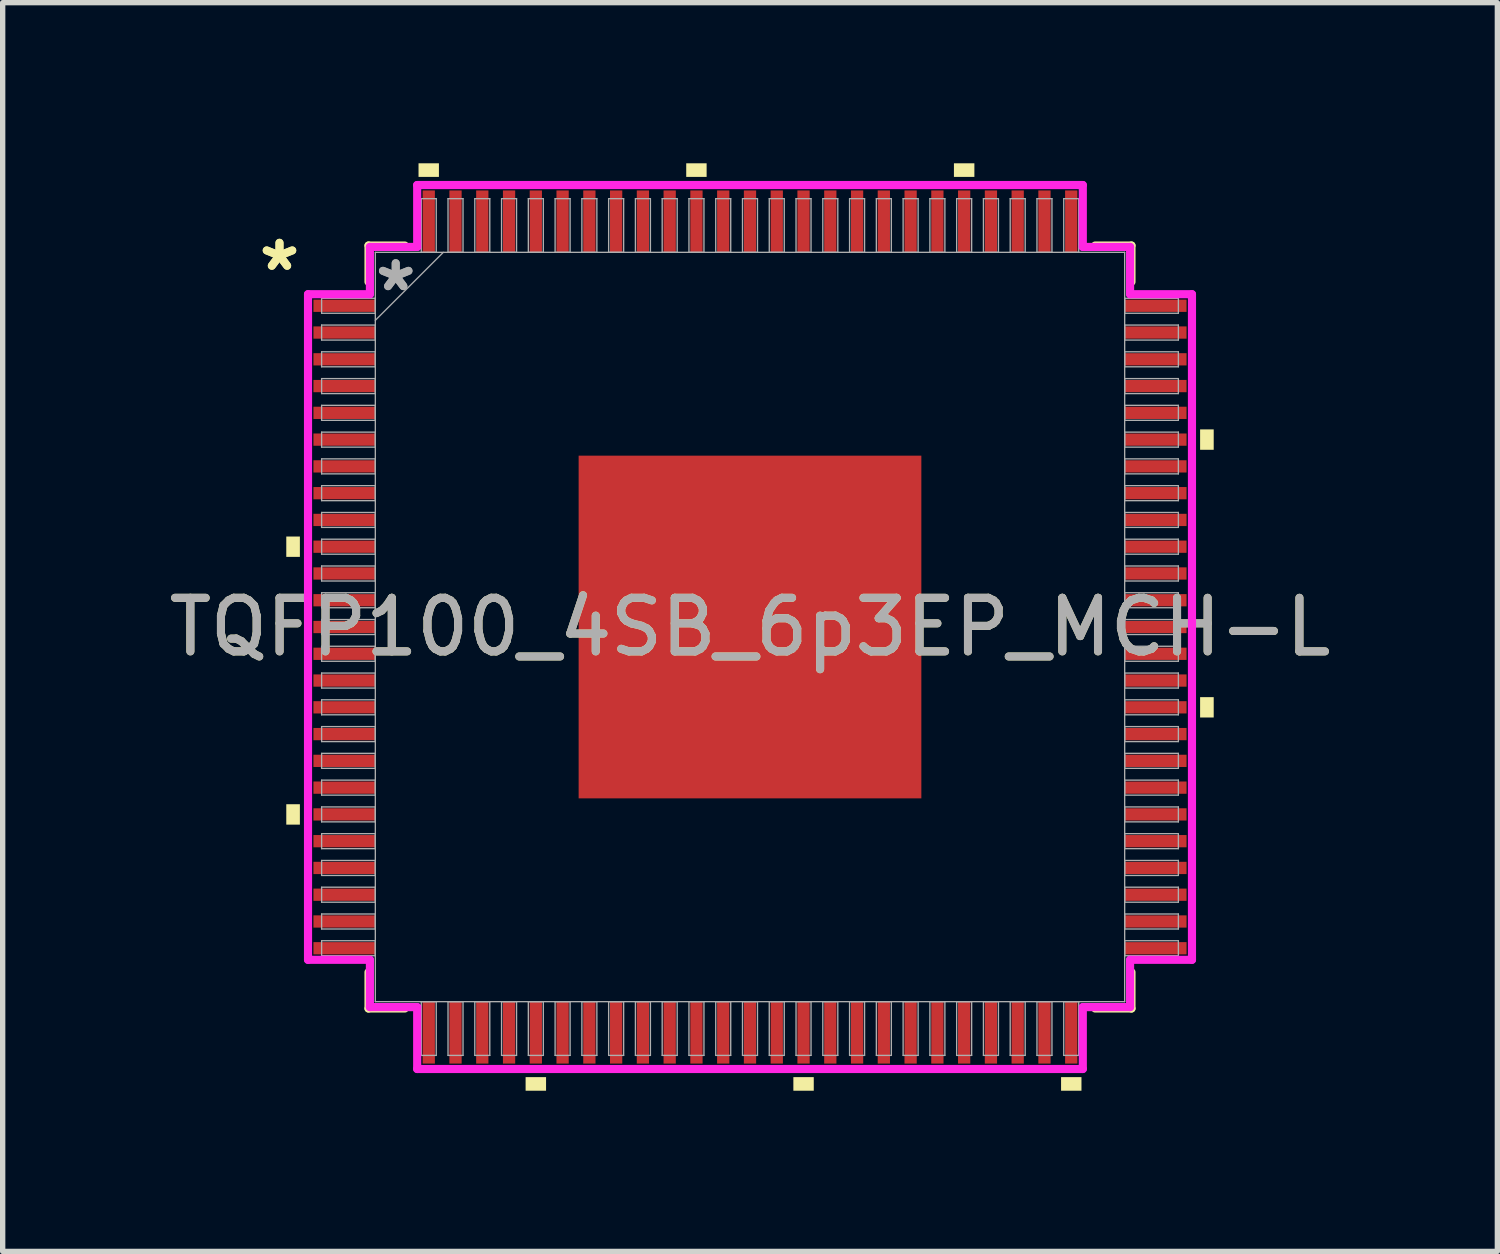
<source format=kicad_pcb>
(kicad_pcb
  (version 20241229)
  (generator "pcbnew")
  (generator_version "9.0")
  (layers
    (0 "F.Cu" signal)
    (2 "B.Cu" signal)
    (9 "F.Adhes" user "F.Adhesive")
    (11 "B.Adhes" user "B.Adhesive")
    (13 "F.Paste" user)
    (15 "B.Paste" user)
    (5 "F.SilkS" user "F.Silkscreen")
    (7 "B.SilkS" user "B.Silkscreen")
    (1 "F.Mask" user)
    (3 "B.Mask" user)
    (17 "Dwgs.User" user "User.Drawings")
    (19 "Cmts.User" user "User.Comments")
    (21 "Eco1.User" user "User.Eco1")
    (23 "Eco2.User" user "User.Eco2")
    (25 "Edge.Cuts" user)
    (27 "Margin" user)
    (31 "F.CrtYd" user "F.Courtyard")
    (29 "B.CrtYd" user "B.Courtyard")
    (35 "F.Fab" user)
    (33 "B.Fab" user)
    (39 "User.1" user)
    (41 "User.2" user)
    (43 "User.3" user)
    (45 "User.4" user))
  (footprint "TQFP100_4SB_6p3EP_MCH-L"
    (layer "F.Cu")
    (at 10.958 8.661)
    (property "Reference" "TQFP100_4SB_6p3EP_MCH-L" (at 0 0 0) (unlocked yes) (layer "F.SilkS") (effects (font (size 1 1) (thickness 0.15))))
    (attr smd)
    (fp_line (start -7.125 -7.125) (end -7.125 -6.447) (stroke (width 0.152) (type solid)) (layer "F.SilkS"))
    (fp_line (start -7.125 6.447) (end -7.125 7.125) (stroke (width 0.152) (type solid)) (layer "F.SilkS"))
    (fp_line (start -7.125 7.125) (end -6.447 7.125) (stroke (width 0.152) (type solid)) (layer "F.SilkS"))
    (fp_line (start -6.447 -7.125) (end -7.125 -7.125) (stroke (width 0.152) (type solid)) (layer "F.SilkS"))
    (fp_line (start 6.447 7.125) (end 7.125 7.125) (stroke (width 0.152) (type solid)) (layer "F.SilkS"))
    (fp_line (start 7.125 -7.125) (end 6.447 -7.125) (stroke (width 0.152) (type solid)) (layer "F.SilkS"))
    (fp_line (start 7.125 -6.447) (end 7.125 -7.125) (stroke (width 0.152) (type solid)) (layer "F.SilkS"))
    (fp_line (start 7.125 7.125) (end 7.125 6.447) (stroke (width 0.152) (type solid)) (layer "F.SilkS"))
    (fp_poly (pts (xy -8.661 -1.69) (xy -8.661 -1.31) (xy -8.407 -1.31) (xy -8.407 -1.69)) (stroke (width 0) (type solid)) (fill yes) (layer "F.SilkS"))
    (fp_poly (pts (xy -8.661 3.31) (xy -8.661 3.691) (xy -8.407 3.691) (xy -8.407 3.31)) (stroke (width 0) (type solid)) (fill yes) (layer "F.SilkS"))
    (fp_poly (pts (xy -6.191 -8.407) (xy -6.191 -8.661) (xy -5.81 -8.661) (xy -5.81 -8.407)) (stroke (width 0) (type solid)) (fill yes) (layer "F.SilkS"))
    (fp_poly (pts (xy -4.191 8.407) (xy -4.191 8.661) (xy -3.809 8.661) (xy -3.809 8.407)) (stroke (width 0) (type solid)) (fill yes) (layer "F.SilkS"))
    (fp_poly (pts (xy -1.191 -8.407) (xy -1.191 -8.661) (xy -0.81 -8.661) (xy -0.81 -8.407)) (stroke (width 0) (type solid)) (fill yes) (layer "F.SilkS"))
    (fp_poly (pts (xy 0.81 8.407) (xy 0.81 8.661) (xy 1.191 8.661) (xy 1.191 8.407)) (stroke (width 0) (type solid)) (fill yes) (layer "F.SilkS"))
    (fp_poly (pts (xy 3.809 -8.407) (xy 3.809 -8.661) (xy 4.191 -8.661) (xy 4.191 -8.407)) (stroke (width 0) (type solid)) (fill yes) (layer "F.SilkS"))
    (fp_poly (pts (xy 5.81 8.407) (xy 5.81 8.661) (xy 6.191 8.661) (xy 6.191 8.407)) (stroke (width 0) (type solid)) (fill yes) (layer "F.SilkS"))
    (fp_poly (pts (xy 8.661 -3.691) (xy 8.661 -3.31) (xy 8.407 -3.31) (xy 8.407 -3.691)) (stroke (width 0) (type solid)) (fill yes) (layer "F.SilkS"))
    (fp_poly (pts (xy 8.661 1.31) (xy 8.661 1.69) (xy 8.407 1.69) (xy 8.407 1.31)) (stroke (width 0) (type solid)) (fill yes) (layer "F.SilkS"))
    (fp_poly (pts (xy -3.1 -3.1) (xy -3.1 -2.02) (xy -2.02 -2.02) (xy -2.02 -3.1)) (stroke (width 0) (type solid)) (fill yes) (layer "F.Paste"))
    (fp_poly (pts (xy -3.1 -1.82) (xy -3.1 -0.74) (xy -2.02 -0.74) (xy -2.02 -1.82)) (stroke (width 0) (type solid)) (fill yes) (layer "F.Paste"))
    (fp_poly (pts (xy -3.1 -0.54) (xy -3.1 0.54) (xy -2.02 0.54) (xy -2.02 -0.54)) (stroke (width 0) (type solid)) (fill yes) (layer "F.Paste"))
    (fp_poly (pts (xy -3.1 0.74) (xy -3.1 1.82) (xy -2.02 1.82) (xy -2.02 0.74)) (stroke (width 0) (type solid)) (fill yes) (layer "F.Paste"))
    (fp_poly (pts (xy -3.1 2.02) (xy -3.1 3.1) (xy -2.02 3.1) (xy -2.02 2.02)) (stroke (width 0) (type solid)) (fill yes) (layer "F.Paste"))
    (fp_poly (pts (xy -1.82 -3.1) (xy -1.82 -2.02) (xy -0.74 -2.02) (xy -0.74 -3.1)) (stroke (width 0) (type solid)) (fill yes) (layer "F.Paste"))
    (fp_poly (pts (xy -1.82 -1.82) (xy -1.82 -0.74) (xy -0.74 -0.74) (xy -0.74 -1.82)) (stroke (width 0) (type solid)) (fill yes) (layer "F.Paste"))
    (fp_poly (pts (xy -1.82 -0.54) (xy -1.82 0.54) (xy -0.74 0.54) (xy -0.74 -0.54)) (stroke (width 0) (type solid)) (fill yes) (layer "F.Paste"))
    (fp_poly (pts (xy -1.82 0.74) (xy -1.82 1.82) (xy -0.74 1.82) (xy -0.74 0.74)) (stroke (width 0) (type solid)) (fill yes) (layer "F.Paste"))
    (fp_poly (pts (xy -1.82 2.02) (xy -1.82 3.1) (xy -0.74 3.1) (xy -0.74 2.02)) (stroke (width 0) (type solid)) (fill yes) (layer "F.Paste"))
    (fp_poly (pts (xy -0.54 -3.1) (xy -0.54 -2.02) (xy 0.54 -2.02) (xy 0.54 -3.1)) (stroke (width 0) (type solid)) (fill yes) (layer "F.Paste"))
    (fp_poly (pts (xy -0.54 -1.82) (xy -0.54 -0.74) (xy 0.54 -0.74) (xy 0.54 -1.82)) (stroke (width 0) (type solid)) (fill yes) (layer "F.Paste"))
    (fp_poly (pts (xy -0.54 -0.54) (xy -0.54 0.54) (xy 0.54 0.54) (xy 0.54 -0.54)) (stroke (width 0) (type solid)) (fill yes) (layer "F.Paste"))
    (fp_poly (pts (xy -0.54 0.74) (xy -0.54 1.82) (xy 0.54 1.82) (xy 0.54 0.74)) (stroke (width 0) (type solid)) (fill yes) (layer "F.Paste"))
    (fp_poly (pts (xy -0.54 2.02) (xy -0.54 3.1) (xy 0.54 3.1) (xy 0.54 2.02)) (stroke (width 0) (type solid)) (fill yes) (layer "F.Paste"))
    (fp_poly (pts (xy 0.74 -3.1) (xy 0.74 -2.02) (xy 1.82 -2.02) (xy 1.82 -3.1)) (stroke (width 0) (type solid)) (fill yes) (layer "F.Paste"))
    (fp_poly (pts (xy 0.74 -1.82) (xy 0.74 -0.74) (xy 1.82 -0.74) (xy 1.82 -1.82)) (stroke (width 0) (type solid)) (fill yes) (layer "F.Paste"))
    (fp_poly (pts (xy 0.74 -0.54) (xy 0.74 0.54) (xy 1.82 0.54) (xy 1.82 -0.54)) (stroke (width 0) (type solid)) (fill yes) (layer "F.Paste"))
    (fp_poly (pts (xy 0.74 0.74) (xy 0.74 1.82) (xy 1.82 1.82) (xy 1.82 0.74)) (stroke (width 0) (type solid)) (fill yes) (layer "F.Paste"))
    (fp_poly (pts (xy 0.74 2.02) (xy 0.74 3.1) (xy 1.82 3.1) (xy 1.82 2.02)) (stroke (width 0) (type solid)) (fill yes) (layer "F.Paste"))
    (fp_poly (pts (xy 2.02 -3.1) (xy 2.02 -2.02) (xy 3.1 -2.02) (xy 3.1 -3.1)) (stroke (width 0) (type solid)) (fill yes) (layer "F.Paste"))
    (fp_poly (pts (xy 2.02 -1.82) (xy 2.02 -0.74) (xy 3.1 -0.74) (xy 3.1 -1.82)) (stroke (width 0) (type solid)) (fill yes) (layer "F.Paste"))
    (fp_poly (pts (xy 2.02 -0.54) (xy 2.02 0.54) (xy 3.1 0.54) (xy 3.1 -0.54)) (stroke (width 0) (type solid)) (fill yes) (layer "F.Paste"))
    (fp_poly (pts (xy 2.02 0.74) (xy 2.02 1.82) (xy 3.1 1.82) (xy 3.1 0.74)) (stroke (width 0) (type solid)) (fill yes) (layer "F.Paste"))
    (fp_poly (pts (xy 2.02 2.02) (xy 2.02 3.1) (xy 3.1 3.1) (xy 3.1 2.02)) (stroke (width 0) (type solid)) (fill yes) (layer "F.Paste"))
    (fp_line (start -8.255 -6.216) (end -7.099 -6.216) (stroke (width 0.152) (type solid)) (layer "F.CrtYd"))
    (fp_line (start -8.255 6.216) (end -8.255 -6.216) (stroke (width 0.152) (type solid)) (layer "F.CrtYd"))
    (fp_line (start -7.099 -7.099) (end -6.216 -7.099) (stroke (width 0.152) (type solid)) (layer "F.CrtYd"))
    (fp_line (start -7.099 -6.216) (end -7.099 -7.099) (stroke (width 0.152) (type solid)) (layer "F.CrtYd"))
    (fp_line (start -7.099 6.216) (end -8.255 6.216) (stroke (width 0.152) (type solid)) (layer "F.CrtYd"))
    (fp_line (start -7.099 7.099) (end -7.099 6.216) (stroke (width 0.152) (type solid)) (layer "F.CrtYd"))
    (fp_line (start -7.099 7.099) (end -6.216 7.099) (stroke (width 0.152) (type solid)) (layer "F.CrtYd"))
    (fp_line (start -6.216 -8.255) (end 6.216 -8.255) (stroke (width 0.152) (type solid)) (layer "F.CrtYd"))
    (fp_line (start -6.216 -7.099) (end -6.216 -8.255) (stroke (width 0.152) (type solid)) (layer "F.CrtYd"))
    (fp_line (start -6.216 7.099) (end -6.216 8.255) (stroke (width 0.152) (type solid)) (layer "F.CrtYd"))
    (fp_line (start -6.216 8.255) (end 6.216 8.255) (stroke (width 0.152) (type solid)) (layer "F.CrtYd"))
    (fp_line (start 6.216 -8.255) (end 6.216 -7.099) (stroke (width 0.152) (type solid)) (layer "F.CrtYd"))
    (fp_line (start 6.216 -7.099) (end 7.099 -7.099) (stroke (width 0.152) (type solid)) (layer "F.CrtYd"))
    (fp_line (start 6.216 7.099) (end 7.099 7.099) (stroke (width 0.152) (type solid)) (layer "F.CrtYd"))
    (fp_line (start 6.216 8.255) (end 6.216 7.099) (stroke (width 0.152) (type solid)) (layer "F.CrtYd"))
    (fp_line (start 7.099 -6.216) (end 7.099 -7.099) (stroke (width 0.152) (type solid)) (layer "F.CrtYd"))
    (fp_line (start 7.099 6.216) (end 8.255 6.216) (stroke (width 0.152) (type solid)) (layer "F.CrtYd"))
    (fp_line (start 7.099 7.099) (end 7.099 6.216) (stroke (width 0.152) (type solid)) (layer "F.CrtYd"))
    (fp_line (start 8.255 -6.216) (end 7.099 -6.216) (stroke (width 0.152) (type solid)) (layer "F.CrtYd"))
    (fp_line (start 8.255 6.216) (end 8.255 -6.216) (stroke (width 0.152) (type solid)) (layer "F.CrtYd"))
    (fp_line (start -8.001 -6.14) (end -8.001 -5.86) (stroke (width 0.025) (type solid)) (layer "F.Fab"))
    (fp_line (start -8.001 -5.86) (end -6.998 -5.86) (stroke (width 0.025) (type solid)) (layer "F.Fab"))
    (fp_line (start -8.001 -5.64) (end -8.001 -5.36) (stroke (width 0.025) (type solid)) (layer "F.Fab"))
    (fp_line (start -8.001 -5.36) (end -6.998 -5.36) (stroke (width 0.025) (type solid)) (layer "F.Fab"))
    (fp_line (start -8.001 -5.14) (end -8.001 -4.86) (stroke (width 0.025) (type solid)) (layer "F.Fab"))
    (fp_line (start -8.001 -4.86) (end -6.998 -4.86) (stroke (width 0.025) (type solid)) (layer "F.Fab"))
    (fp_line (start -8.001 -4.64) (end -8.001 -4.36) (stroke (width 0.025) (type solid)) (layer "F.Fab"))
    (fp_line (start -8.001 -4.36) (end -6.998 -4.36) (stroke (width 0.025) (type solid)) (layer "F.Fab"))
    (fp_line (start -8.001 -4.14) (end -8.001 -3.86) (stroke (width 0.025) (type solid)) (layer "F.Fab"))
    (fp_line (start -8.001 -3.86) (end -6.998 -3.86) (stroke (width 0.025) (type solid)) (layer "F.Fab"))
    (fp_line (start -8.001 -3.64) (end -8.001 -3.36) (stroke (width 0.025) (type solid)) (layer "F.Fab"))
    (fp_line (start -8.001 -3.36) (end -6.998 -3.36) (stroke (width 0.025) (type solid)) (layer "F.Fab"))
    (fp_line (start -8.001 -3.14) (end -8.001 -2.86) (stroke (width 0.025) (type solid)) (layer "F.Fab"))
    (fp_line (start -8.001 -2.86) (end -6.998 -2.86) (stroke (width 0.025) (type solid)) (layer "F.Fab"))
    (fp_line (start -8.001 -2.64) (end -8.001 -2.36) (stroke (width 0.025) (type solid)) (layer "F.Fab"))
    (fp_line (start -8.001 -2.36) (end -6.998 -2.36) (stroke (width 0.025) (type solid)) (layer "F.Fab"))
    (fp_line (start -8.001 -2.14) (end -8.001 -1.86) (stroke (width 0.025) (type solid)) (layer "F.Fab"))
    (fp_line (start -8.001 -1.86) (end -6.998 -1.86) (stroke (width 0.025) (type solid)) (layer "F.Fab"))
    (fp_line (start -8.001 -1.64) (end -8.001 -1.36) (stroke (width 0.025) (type solid)) (layer "F.Fab"))
    (fp_line (start -8.001 -1.36) (end -6.998 -1.36) (stroke (width 0.025) (type solid)) (layer "F.Fab"))
    (fp_line (start -8.001 -1.14) (end -8.001 -0.86) (stroke (width 0.025) (type solid)) (layer "F.Fab"))
    (fp_line (start -8.001 -0.86) (end -6.998 -0.86) (stroke (width 0.025) (type solid)) (layer "F.Fab"))
    (fp_line (start -8.001 -0.64) (end -8.001 -0.36) (stroke (width 0.025) (type solid)) (layer "F.Fab"))
    (fp_line (start -8.001 -0.36) (end -6.998 -0.36) (stroke (width 0.025) (type solid)) (layer "F.Fab"))
    (fp_line (start -8.001 -0.14) (end -8.001 0.14) (stroke (width 0.025) (type solid)) (layer "F.Fab"))
    (fp_line (start -8.001 0.14) (end -6.998 0.14) (stroke (width 0.025) (type solid)) (layer "F.Fab"))
    (fp_line (start -8.001 0.36) (end -8.001 0.64) (stroke (width 0.025) (type solid)) (layer "F.Fab"))
    (fp_line (start -8.001 0.64) (end -6.998 0.64) (stroke (width 0.025) (type solid)) (layer "F.Fab"))
    (fp_line (start -8.001 0.86) (end -8.001 1.14) (stroke (width 0.025) (type solid)) (layer "F.Fab"))
    (fp_line (start -8.001 1.14) (end -6.998 1.14) (stroke (width 0.025) (type solid)) (layer "F.Fab"))
    (fp_line (start -8.001 1.36) (end -8.001 1.64) (stroke (width 0.025) (type solid)) (layer "F.Fab"))
    (fp_line (start -8.001 1.64) (end -6.998 1.64) (stroke (width 0.025) (type solid)) (layer "F.Fab"))
    (fp_line (start -8.001 1.86) (end -8.001 2.14) (stroke (width 0.025) (type solid)) (layer "F.Fab"))
    (fp_line (start -8.001 2.14) (end -6.998 2.14) (stroke (width 0.025) (type solid)) (layer "F.Fab"))
    (fp_line (start -8.001 2.36) (end -8.001 2.64) (stroke (width 0.025) (type solid)) (layer "F.Fab"))
    (fp_line (start -8.001 2.64) (end -6.998 2.64) (stroke (width 0.025) (type solid)) (layer "F.Fab"))
    (fp_line (start -8.001 2.86) (end -8.001 3.14) (stroke (width 0.025) (type solid)) (layer "F.Fab"))
    (fp_line (start -8.001 3.14) (end -6.998 3.14) (stroke (width 0.025) (type solid)) (layer "F.Fab"))
    (fp_line (start -8.001 3.36) (end -8.001 3.64) (stroke (width 0.025) (type solid)) (layer "F.Fab"))
    (fp_line (start -8.001 3.64) (end -6.998 3.64) (stroke (width 0.025) (type solid)) (layer "F.Fab"))
    (fp_line (start -8.001 3.86) (end -8.001 4.14) (stroke (width 0.025) (type solid)) (layer "F.Fab"))
    (fp_line (start -8.001 4.14) (end -6.998 4.14) (stroke (width 0.025) (type solid)) (layer "F.Fab"))
    (fp_line (start -8.001 4.36) (end -8.001 4.64) (stroke (width 0.025) (type solid)) (layer "F.Fab"))
    (fp_line (start -8.001 4.64) (end -6.998 4.64) (stroke (width 0.025) (type solid)) (layer "F.Fab"))
    (fp_line (start -8.001 4.86) (end -8.001 5.14) (stroke (width 0.025) (type solid)) (layer "F.Fab"))
    (fp_line (start -8.001 5.14) (end -6.998 5.14) (stroke (width 0.025) (type solid)) (layer "F.Fab"))
    (fp_line (start -8.001 5.36) (end -8.001 5.64) (stroke (width 0.025) (type solid)) (layer "F.Fab"))
    (fp_line (start -8.001 5.64) (end -6.998 5.64) (stroke (width 0.025) (type solid)) (layer "F.Fab"))
    (fp_line (start -8.001 5.86) (end -8.001 6.14) (stroke (width 0.025) (type solid)) (layer "F.Fab"))
    (fp_line (start -8.001 6.14) (end -6.998 6.14) (stroke (width 0.025) (type solid)) (layer "F.Fab"))
    (fp_line (start -6.998 -6.998) (end -6.998 6.998) (stroke (width 0.025) (type solid)) (layer "F.Fab"))
    (fp_line (start -6.998 -6.14) (end -8.001 -6.14) (stroke (width 0.025) (type solid)) (layer "F.Fab"))
    (fp_line (start -6.998 -5.86) (end -6.998 -6.14) (stroke (width 0.025) (type solid)) (layer "F.Fab"))
    (fp_line (start -6.998 -5.728) (end -5.728 -6.998) (stroke (width 0.025) (type solid)) (layer "F.Fab"))
    (fp_line (start -6.998 -5.64) (end -8.001 -5.64) (stroke (width 0.025) (type solid)) (layer "F.Fab"))
    (fp_line (start -6.998 -5.36) (end -6.998 -5.64) (stroke (width 0.025) (type solid)) (layer "F.Fab"))
    (fp_line (start -6.998 -5.14) (end -8.001 -5.14) (stroke (width 0.025) (type solid)) (layer "F.Fab"))
    (fp_line (start -6.998 -4.86) (end -6.998 -5.14) (stroke (width 0.025) (type solid)) (layer "F.Fab"))
    (fp_line (start -6.998 -4.64) (end -8.001 -4.64) (stroke (width 0.025) (type solid)) (layer "F.Fab"))
    (fp_line (start -6.998 -4.36) (end -6.998 -4.64) (stroke (width 0.025) (type solid)) (layer "F.Fab"))
    (fp_line (start -6.998 -4.14) (end -8.001 -4.14) (stroke (width 0.025) (type solid)) (layer "F.Fab"))
    (fp_line (start -6.998 -3.86) (end -6.998 -4.14) (stroke (width 0.025) (type solid)) (layer "F.Fab"))
    (fp_line (start -6.998 -3.64) (end -8.001 -3.64) (stroke (width 0.025) (type solid)) (layer "F.Fab"))
    (fp_line (start -6.998 -3.36) (end -6.998 -3.64) (stroke (width 0.025) (type solid)) (layer "F.Fab"))
    (fp_line (start -6.998 -3.14) (end -8.001 -3.14) (stroke (width 0.025) (type solid)) (layer "F.Fab"))
    (fp_line (start -6.998 -2.86) (end -6.998 -3.14) (stroke (width 0.025) (type solid)) (layer "F.Fab"))
    (fp_line (start -6.998 -2.64) (end -8.001 -2.64) (stroke (width 0.025) (type solid)) (layer "F.Fab"))
    (fp_line (start -6.998 -2.36) (end -6.998 -2.64) (stroke (width 0.025) (type solid)) (layer "F.Fab"))
    (fp_line (start -6.998 -2.14) (end -8.001 -2.14) (stroke (width 0.025) (type solid)) (layer "F.Fab"))
    (fp_line (start -6.998 -1.86) (end -6.998 -2.14) (stroke (width 0.025) (type solid)) (layer "F.Fab"))
    (fp_line (start -6.998 -1.64) (end -8.001 -1.64) (stroke (width 0.025) (type solid)) (layer "F.Fab"))
    (fp_line (start -6.998 -1.36) (end -6.998 -1.64) (stroke (width 0.025) (type solid)) (layer "F.Fab"))
    (fp_line (start -6.998 -1.14) (end -8.001 -1.14) (stroke (width 0.025) (type solid)) (layer "F.Fab"))
    (fp_line (start -6.998 -0.86) (end -6.998 -1.14) (stroke (width 0.025) (type solid)) (layer "F.Fab"))
    (fp_line (start -6.998 -0.64) (end -8.001 -0.64) (stroke (width 0.025) (type solid)) (layer "F.Fab"))
    (fp_line (start -6.998 -0.36) (end -6.998 -0.64) (stroke (width 0.025) (type solid)) (layer "F.Fab"))
    (fp_line (start -6.998 -0.14) (end -8.001 -0.14) (stroke (width 0.025) (type solid)) (layer "F.Fab"))
    (fp_line (start -6.998 0.14) (end -6.998 -0.14) (stroke (width 0.025) (type solid)) (layer "F.Fab"))
    (fp_line (start -6.998 0.36) (end -8.001 0.36) (stroke (width 0.025) (type solid)) (layer "F.Fab"))
    (fp_line (start -6.998 0.64) (end -6.998 0.36) (stroke (width 0.025) (type solid)) (layer "F.Fab"))
    (fp_line (start -6.998 0.86) (end -8.001 0.86) (stroke (width 0.025) (type solid)) (layer "F.Fab"))
    (fp_line (start -6.998 1.14) (end -6.998 0.86) (stroke (width 0.025) (type solid)) (layer "F.Fab"))
    (fp_line (start -6.998 1.36) (end -8.001 1.36) (stroke (width 0.025) (type solid)) (layer "F.Fab"))
    (fp_line (start -6.998 1.64) (end -6.998 1.36) (stroke (width 0.025) (type solid)) (layer "F.Fab"))
    (fp_line (start -6.998 1.86) (end -8.001 1.86) (stroke (width 0.025) (type solid)) (layer "F.Fab"))
    (fp_line (start -6.998 2.14) (end -6.998 1.86) (stroke (width 0.025) (type solid)) (layer "F.Fab"))
    (fp_line (start -6.998 2.36) (end -8.001 2.36) (stroke (width 0.025) (type solid)) (layer "F.Fab"))
    (fp_line (start -6.998 2.64) (end -6.998 2.36) (stroke (width 0.025) (type solid)) (layer "F.Fab"))
    (fp_line (start -6.998 2.86) (end -8.001 2.86) (stroke (width 0.025) (type solid)) (layer "F.Fab"))
    (fp_line (start -6.998 3.14) (end -6.998 2.86) (stroke (width 0.025) (type solid)) (layer "F.Fab"))
    (fp_line (start -6.998 3.36) (end -8.001 3.36) (stroke (width 0.025) (type solid)) (layer "F.Fab"))
    (fp_line (start -6.998 3.64) (end -6.998 3.36) (stroke (width 0.025) (type solid)) (layer "F.Fab"))
    (fp_line (start -6.998 3.86) (end -8.001 3.86) (stroke (width 0.025) (type solid)) (layer "F.Fab"))
    (fp_line (start -6.998 4.14) (end -6.998 3.86) (stroke (width 0.025) (type solid)) (layer "F.Fab"))
    (fp_line (start -6.998 4.36) (end -8.001 4.36) (stroke (width 0.025) (type solid)) (layer "F.Fab"))
    (fp_line (start -6.998 4.64) (end -6.998 4.36) (stroke (width 0.025) (type solid)) (layer "F.Fab"))
    (fp_line (start -6.998 4.86) (end -8.001 4.86) (stroke (width 0.025) (type solid)) (layer "F.Fab"))
    (fp_line (start -6.998 5.14) (end -6.998 4.86) (stroke (width 0.025) (type solid)) (layer "F.Fab"))
    (fp_line (start -6.998 5.36) (end -8.001 5.36) (stroke (width 0.025) (type solid)) (layer "F.Fab"))
    (fp_line (start -6.998 5.64) (end -6.998 5.36) (stroke (width 0.025) (type solid)) (layer "F.Fab"))
    (fp_line (start -6.998 5.86) (end -8.001 5.86) (stroke (width 0.025) (type solid)) (layer "F.Fab"))
    (fp_line (start -6.998 6.14) (end -6.998 5.86) (stroke (width 0.025) (type solid)) (layer "F.Fab"))
    (fp_line (start -6.998 6.998) (end 6.998 6.998) (stroke (width 0.025) (type solid)) (layer "F.Fab"))
    (fp_line (start -6.14 -8.001) (end -6.14 -6.998) (stroke (width 0.025) (type solid)) (layer "F.Fab"))
    (fp_line (start -6.14 -6.998) (end -5.86 -6.998) (stroke (width 0.025) (type solid)) (layer "F.Fab"))
    (fp_line (start -6.14 6.998) (end -6.14 8.001) (stroke (width 0.025) (type solid)) (layer "F.Fab"))
    (fp_line (start -6.14 8.001) (end -5.86 8.001) (stroke (width 0.025) (type solid)) (layer "F.Fab"))
    (fp_line (start -5.86 -8.001) (end -6.14 -8.001) (stroke (width 0.025) (type solid)) (layer "F.Fab"))
    (fp_line (start -5.86 -6.998) (end -5.86 -8.001) (stroke (width 0.025) (type solid)) (layer "F.Fab"))
    (fp_line (start -5.86 6.998) (end -6.14 6.998) (stroke (width 0.025) (type solid)) (layer "F.Fab"))
    (fp_line (start -5.86 8.001) (end -5.86 6.998) (stroke (width 0.025) (type solid)) (layer "F.Fab"))
    (fp_line (start -5.64 -8.001) (end -5.64 -6.998) (stroke (width 0.025) (type solid)) (layer "F.Fab"))
    (fp_line (start -5.64 -6.998) (end -5.36 -6.998) (stroke (width 0.025) (type solid)) (layer "F.Fab"))
    (fp_line (start -5.64 6.998) (end -5.64 8.001) (stroke (width 0.025) (type solid)) (layer "F.Fab"))
    (fp_line (start -5.64 8.001) (end -5.36 8.001) (stroke (width 0.025) (type solid)) (layer "F.Fab"))
    (fp_line (start -5.36 -8.001) (end -5.64 -8.001) (stroke (width 0.025) (type solid)) (layer "F.Fab"))
    (fp_line (start -5.36 -6.998) (end -5.36 -8.001) (stroke (width 0.025) (type solid)) (layer "F.Fab"))
    (fp_line (start -5.36 6.998) (end -5.64 6.998) (stroke (width 0.025) (type solid)) (layer "F.Fab"))
    (fp_line (start -5.36 8.001) (end -5.36 6.998) (stroke (width 0.025) (type solid)) (layer "F.Fab"))
    (fp_line (start -5.14 -8.001) (end -5.14 -6.998) (stroke (width 0.025) (type solid)) (layer "F.Fab"))
    (fp_line (start -5.14 -6.998) (end -4.86 -6.998) (stroke (width 0.025) (type solid)) (layer "F.Fab"))
    (fp_line (start -5.14 6.998) (end -5.14 8.001) (stroke (width 0.025) (type solid)) (layer "F.Fab"))
    (fp_line (start -5.14 8.001) (end -4.86 8.001) (stroke (width 0.025) (type solid)) (layer "F.Fab"))
    (fp_line (start -4.86 -8.001) (end -5.14 -8.001) (stroke (width 0.025) (type solid)) (layer "F.Fab"))
    (fp_line (start -4.86 -6.998) (end -4.86 -8.001) (stroke (width 0.025) (type solid)) (layer "F.Fab"))
    (fp_line (start -4.86 6.998) (end -5.14 6.998) (stroke (width 0.025) (type solid)) (layer "F.Fab"))
    (fp_line (start -4.86 8.001) (end -4.86 6.998) (stroke (width 0.025) (type solid)) (layer "F.Fab"))
    (fp_line (start -4.64 -8.001) (end -4.64 -6.998) (stroke (width 0.025) (type solid)) (layer "F.Fab"))
    (fp_line (start -4.64 -6.998) (end -4.36 -6.998) (stroke (width 0.025) (type solid)) (layer "F.Fab"))
    (fp_line (start -4.64 6.998) (end -4.64 8.001) (stroke (width 0.025) (type solid)) (layer "F.Fab"))
    (fp_line (start -4.64 8.001) (end -4.36 8.001) (stroke (width 0.025) (type solid)) (layer "F.Fab"))
    (fp_line (start -4.36 -8.001) (end -4.64 -8.001) (stroke (width 0.025) (type solid)) (layer "F.Fab"))
    (fp_line (start -4.36 -6.998) (end -4.36 -8.001) (stroke (width 0.025) (type solid)) (layer "F.Fab"))
    (fp_line (start -4.36 6.998) (end -4.64 6.998) (stroke (width 0.025) (type solid)) (layer "F.Fab"))
    (fp_line (start -4.36 8.001) (end -4.36 6.998) (stroke (width 0.025) (type solid)) (layer "F.Fab"))
    (fp_line (start -4.14 -8.001) (end -4.14 -6.998) (stroke (width 0.025) (type solid)) (layer "F.Fab"))
    (fp_line (start -4.14 -6.998) (end -3.86 -6.998) (stroke (width 0.025) (type solid)) (layer "F.Fab"))
    (fp_line (start -4.14 6.998) (end -4.14 8.001) (stroke (width 0.025) (type solid)) (layer "F.Fab"))
    (fp_line (start -4.14 8.001) (end -3.86 8.001) (stroke (width 0.025) (type solid)) (layer "F.Fab"))
    (fp_line (start -3.86 -8.001) (end -4.14 -8.001) (stroke (width 0.025) (type solid)) (layer "F.Fab"))
    (fp_line (start -3.86 -6.998) (end -3.86 -8.001) (stroke (width 0.025) (type solid)) (layer "F.Fab"))
    (fp_line (start -3.86 6.998) (end -4.14 6.998) (stroke (width 0.025) (type solid)) (layer "F.Fab"))
    (fp_line (start -3.86 8.001) (end -3.86 6.998) (stroke (width 0.025) (type solid)) (layer "F.Fab"))
    (fp_line (start -3.64 -8.001) (end -3.64 -6.998) (stroke (width 0.025) (type solid)) (layer "F.Fab"))
    (fp_line (start -3.64 -6.998) (end -3.36 -6.998) (stroke (width 0.025) (type solid)) (layer "F.Fab"))
    (fp_line (start -3.64 6.998) (end -3.64 8.001) (stroke (width 0.025) (type solid)) (layer "F.Fab"))
    (fp_line (start -3.64 8.001) (end -3.36 8.001) (stroke (width 0.025) (type solid)) (layer "F.Fab"))
    (fp_line (start -3.36 -8.001) (end -3.64 -8.001) (stroke (width 0.025) (type solid)) (layer "F.Fab"))
    (fp_line (start -3.36 -6.998) (end -3.36 -8.001) (stroke (width 0.025) (type solid)) (layer "F.Fab"))
    (fp_line (start -3.36 6.998) (end -3.64 6.998) (stroke (width 0.025) (type solid)) (layer "F.Fab"))
    (fp_line (start -3.36 8.001) (end -3.36 6.998) (stroke (width 0.025) (type solid)) (layer "F.Fab"))
    (fp_line (start -3.14 -8.001) (end -3.14 -6.998) (stroke (width 0.025) (type solid)) (layer "F.Fab"))
    (fp_line (start -3.14 -6.998) (end -2.86 -6.998) (stroke (width 0.025) (type solid)) (layer "F.Fab"))
    (fp_line (start -3.14 6.998) (end -3.14 8.001) (stroke (width 0.025) (type solid)) (layer "F.Fab"))
    (fp_line (start -3.14 8.001) (end -2.86 8.001) (stroke (width 0.025) (type solid)) (layer "F.Fab"))
    (fp_line (start -2.86 -8.001) (end -3.14 -8.001) (stroke (width 0.025) (type solid)) (layer "F.Fab"))
    (fp_line (start -2.86 -6.998) (end -2.86 -8.001) (stroke (width 0.025) (type solid)) (layer "F.Fab"))
    (fp_line (start -2.86 6.998) (end -3.14 6.998) (stroke (width 0.025) (type solid)) (layer "F.Fab"))
    (fp_line (start -2.86 8.001) (end -2.86 6.998) (stroke (width 0.025) (type solid)) (layer "F.Fab"))
    (fp_line (start -2.64 -8.001) (end -2.64 -6.998) (stroke (width 0.025) (type solid)) (layer "F.Fab"))
    (fp_line (start -2.64 -6.998) (end -2.36 -6.998) (stroke (width 0.025) (type solid)) (layer "F.Fab"))
    (fp_line (start -2.64 6.998) (end -2.64 8.001) (stroke (width 0.025) (type solid)) (layer "F.Fab"))
    (fp_line (start -2.64 8.001) (end -2.36 8.001) (stroke (width 0.025) (type solid)) (layer "F.Fab"))
    (fp_line (start -2.36 -8.001) (end -2.64 -8.001) (stroke (width 0.025) (type solid)) (layer "F.Fab"))
    (fp_line (start -2.36 -6.998) (end -2.36 -8.001) (stroke (width 0.025) (type solid)) (layer "F.Fab"))
    (fp_line (start -2.36 6.998) (end -2.64 6.998) (stroke (width 0.025) (type solid)) (layer "F.Fab"))
    (fp_line (start -2.36 8.001) (end -2.36 6.998) (stroke (width 0.025) (type solid)) (layer "F.Fab"))
    (fp_line (start -2.14 -8.001) (end -2.14 -6.998) (stroke (width 0.025) (type solid)) (layer "F.Fab"))
    (fp_line (start -2.14 -6.998) (end -1.86 -6.998) (stroke (width 0.025) (type solid)) (layer "F.Fab"))
    (fp_line (start -2.14 6.998) (end -2.14 8.001) (stroke (width 0.025) (type solid)) (layer "F.Fab"))
    (fp_line (start -2.14 8.001) (end -1.86 8.001) (stroke (width 0.025) (type solid)) (layer "F.Fab"))
    (fp_line (start -1.86 -8.001) (end -2.14 -8.001) (stroke (width 0.025) (type solid)) (layer "F.Fab"))
    (fp_line (start -1.86 -6.998) (end -1.86 -8.001) (stroke (width 0.025) (type solid)) (layer "F.Fab"))
    (fp_line (start -1.86 6.998) (end -2.14 6.998) (stroke (width 0.025) (type solid)) (layer "F.Fab"))
    (fp_line (start -1.86 8.001) (end -1.86 6.998) (stroke (width 0.025) (type solid)) (layer "F.Fab"))
    (fp_line (start -1.64 -8.001) (end -1.64 -6.998) (stroke (width 0.025) (type solid)) (layer "F.Fab"))
    (fp_line (start -1.64 -6.998) (end -1.36 -6.998) (stroke (width 0.025) (type solid)) (layer "F.Fab"))
    (fp_line (start -1.64 6.998) (end -1.64 8.001) (stroke (width 0.025) (type solid)) (layer "F.Fab"))
    (fp_line (start -1.64 8.001) (end -1.36 8.001) (stroke (width 0.025) (type solid)) (layer "F.Fab"))
    (fp_line (start -1.36 -8.001) (end -1.64 -8.001) (stroke (width 0.025) (type solid)) (layer "F.Fab"))
    (fp_line (start -1.36 -6.998) (end -1.36 -8.001) (stroke (width 0.025) (type solid)) (layer "F.Fab"))
    (fp_line (start -1.36 6.998) (end -1.64 6.998) (stroke (width 0.025) (type solid)) (layer "F.Fab"))
    (fp_line (start -1.36 8.001) (end -1.36 6.998) (stroke (width 0.025) (type solid)) (layer "F.Fab"))
    (fp_line (start -1.14 -8.001) (end -1.14 -6.998) (stroke (width 0.025) (type solid)) (layer "F.Fab"))
    (fp_line (start -1.14 -6.998) (end -0.86 -6.998) (stroke (width 0.025) (type solid)) (layer "F.Fab"))
    (fp_line (start -1.14 6.998) (end -1.14 8.001) (stroke (width 0.025) (type solid)) (layer "F.Fab"))
    (fp_line (start -1.14 8.001) (end -0.86 8.001) (stroke (width 0.025) (type solid)) (layer "F.Fab"))
    (fp_line (start -0.86 -8.001) (end -1.14 -8.001) (stroke (width 0.025) (type solid)) (layer "F.Fab"))
    (fp_line (start -0.86 -6.998) (end -0.86 -8.001) (stroke (width 0.025) (type solid)) (layer "F.Fab"))
    (fp_line (start -0.86 6.998) (end -1.14 6.998) (stroke (width 0.025) (type solid)) (layer "F.Fab"))
    (fp_line (start -0.86 8.001) (end -0.86 6.998) (stroke (width 0.025) (type solid)) (layer "F.Fab"))
    (fp_line (start -0.64 -8.001) (end -0.64 -6.998) (stroke (width 0.025) (type solid)) (layer "F.Fab"))
    (fp_line (start -0.64 -6.998) (end -0.36 -6.998) (stroke (width 0.025) (type solid)) (layer "F.Fab"))
    (fp_line (start -0.64 6.998) (end -0.64 8.001) (stroke (width 0.025) (type solid)) (layer "F.Fab"))
    (fp_line (start -0.64 8.001) (end -0.36 8.001) (stroke (width 0.025) (type solid)) (layer "F.Fab"))
    (fp_line (start -0.36 -8.001) (end -0.64 -8.001) (stroke (width 0.025) (type solid)) (layer "F.Fab"))
    (fp_line (start -0.36 -6.998) (end -0.36 -8.001) (stroke (width 0.025) (type solid)) (layer "F.Fab"))
    (fp_line (start -0.36 6.998) (end -0.64 6.998) (stroke (width 0.025) (type solid)) (layer "F.Fab"))
    (fp_line (start -0.36 8.001) (end -0.36 6.998) (stroke (width 0.025) (type solid)) (layer "F.Fab"))
    (fp_line (start -0.14 -8.001) (end -0.14 -6.998) (stroke (width 0.025) (type solid)) (layer "F.Fab"))
    (fp_line (start -0.14 -6.998) (end 0.14 -6.998) (stroke (width 0.025) (type solid)) (layer "F.Fab"))
    (fp_line (start -0.14 6.998) (end -0.14 8.001) (stroke (width 0.025) (type solid)) (layer "F.Fab"))
    (fp_line (start -0.14 8.001) (end 0.14 8.001) (stroke (width 0.025) (type solid)) (layer "F.Fab"))
    (fp_line (start 0.14 -8.001) (end -0.14 -8.001) (stroke (width 0.025) (type solid)) (layer "F.Fab"))
    (fp_line (start 0.14 -6.998) (end 0.14 -8.001) (stroke (width 0.025) (type solid)) (layer "F.Fab"))
    (fp_line (start 0.14 6.998) (end -0.14 6.998) (stroke (width 0.025) (type solid)) (layer "F.Fab"))
    (fp_line (start 0.14 8.001) (end 0.14 6.998) (stroke (width 0.025) (type solid)) (layer "F.Fab"))
    (fp_line (start 0.36 -8.001) (end 0.36 -6.998) (stroke (width 0.025) (type solid)) (layer "F.Fab"))
    (fp_line (start 0.36 -6.998) (end 0.64 -6.998) (stroke (width 0.025) (type solid)) (layer "F.Fab"))
    (fp_line (start 0.36 6.998) (end 0.36 8.001) (stroke (width 0.025) (type solid)) (layer "F.Fab"))
    (fp_line (start 0.36 8.001) (end 0.64 8.001) (stroke (width 0.025) (type solid)) (layer "F.Fab"))
    (fp_line (start 0.64 -8.001) (end 0.36 -8.001) (stroke (width 0.025) (type solid)) (layer "F.Fab"))
    (fp_line (start 0.64 -6.998) (end 0.64 -8.001) (stroke (width 0.025) (type solid)) (layer "F.Fab"))
    (fp_line (start 0.64 6.998) (end 0.36 6.998) (stroke (width 0.025) (type solid)) (layer "F.Fab"))
    (fp_line (start 0.64 8.001) (end 0.64 6.998) (stroke (width 0.025) (type solid)) (layer "F.Fab"))
    (fp_line (start 0.86 -8.001) (end 0.86 -6.998) (stroke (width 0.025) (type solid)) (layer "F.Fab"))
    (fp_line (start 0.86 -6.998) (end 1.14 -6.998) (stroke (width 0.025) (type solid)) (layer "F.Fab"))
    (fp_line (start 0.86 6.998) (end 0.86 8.001) (stroke (width 0.025) (type solid)) (layer "F.Fab"))
    (fp_line (start 0.86 8.001) (end 1.14 8.001) (stroke (width 0.025) (type solid)) (layer "F.Fab"))
    (fp_line (start 1.14 -8.001) (end 0.86 -8.001) (stroke (width 0.025) (type solid)) (layer "F.Fab"))
    (fp_line (start 1.14 -6.998) (end 1.14 -8.001) (stroke (width 0.025) (type solid)) (layer "F.Fab"))
    (fp_line (start 1.14 6.998) (end 0.86 6.998) (stroke (width 0.025) (type solid)) (layer "F.Fab"))
    (fp_line (start 1.14 8.001) (end 1.14 6.998) (stroke (width 0.025) (type solid)) (layer "F.Fab"))
    (fp_line (start 1.36 -8.001) (end 1.36 -6.998) (stroke (width 0.025) (type solid)) (layer "F.Fab"))
    (fp_line (start 1.36 -6.998) (end 1.64 -6.998) (stroke (width 0.025) (type solid)) (layer "F.Fab"))
    (fp_line (start 1.36 6.998) (end 1.36 8.001) (stroke (width 0.025) (type solid)) (layer "F.Fab"))
    (fp_line (start 1.36 8.001) (end 1.64 8.001) (stroke (width 0.025) (type solid)) (layer "F.Fab"))
    (fp_line (start 1.64 -8.001) (end 1.36 -8.001) (stroke (width 0.025) (type solid)) (layer "F.Fab"))
    (fp_line (start 1.64 -6.998) (end 1.64 -8.001) (stroke (width 0.025) (type solid)) (layer "F.Fab"))
    (fp_line (start 1.64 6.998) (end 1.36 6.998) (stroke (width 0.025) (type solid)) (layer "F.Fab"))
    (fp_line (start 1.64 8.001) (end 1.64 6.998) (stroke (width 0.025) (type solid)) (layer "F.Fab"))
    (fp_line (start 1.86 -8.001) (end 1.86 -6.998) (stroke (width 0.025) (type solid)) (layer "F.Fab"))
    (fp_line (start 1.86 -6.998) (end 2.14 -6.998) (stroke (width 0.025) (type solid)) (layer "F.Fab"))
    (fp_line (start 1.86 6.998) (end 1.86 8.001) (stroke (width 0.025) (type solid)) (layer "F.Fab"))
    (fp_line (start 1.86 8.001) (end 2.14 8.001) (stroke (width 0.025) (type solid)) (layer "F.Fab"))
    (fp_line (start 2.14 -8.001) (end 1.86 -8.001) (stroke (width 0.025) (type solid)) (layer "F.Fab"))
    (fp_line (start 2.14 -6.998) (end 2.14 -8.001) (stroke (width 0.025) (type solid)) (layer "F.Fab"))
    (fp_line (start 2.14 6.998) (end 1.86 6.998) (stroke (width 0.025) (type solid)) (layer "F.Fab"))
    (fp_line (start 2.14 8.001) (end 2.14 6.998) (stroke (width 0.025) (type solid)) (layer "F.Fab"))
    (fp_line (start 2.36 -8.001) (end 2.36 -6.998) (stroke (width 0.025) (type solid)) (layer "F.Fab"))
    (fp_line (start 2.36 -6.998) (end 2.64 -6.998) (stroke (width 0.025) (type solid)) (layer "F.Fab"))
    (fp_line (start 2.36 6.998) (end 2.36 8.001) (stroke (width 0.025) (type solid)) (layer "F.Fab"))
    (fp_line (start 2.36 8.001) (end 2.64 8.001) (stroke (width 0.025) (type solid)) (layer "F.Fab"))
    (fp_line (start 2.64 -8.001) (end 2.36 -8.001) (stroke (width 0.025) (type solid)) (layer "F.Fab"))
    (fp_line (start 2.64 -6.998) (end 2.64 -8.001) (stroke (width 0.025) (type solid)) (layer "F.Fab"))
    (fp_line (start 2.64 6.998) (end 2.36 6.998) (stroke (width 0.025) (type solid)) (layer "F.Fab"))
    (fp_line (start 2.64 8.001) (end 2.64 6.998) (stroke (width 0.025) (type solid)) (layer "F.Fab"))
    (fp_line (start 2.86 -8.001) (end 2.86 -6.998) (stroke (width 0.025) (type solid)) (layer "F.Fab"))
    (fp_line (start 2.86 -6.998) (end 3.14 -6.998) (stroke (width 0.025) (type solid)) (layer "F.Fab"))
    (fp_line (start 2.86 6.998) (end 2.86 8.001) (stroke (width 0.025) (type solid)) (layer "F.Fab"))
    (fp_line (start 2.86 8.001) (end 3.14 8.001) (stroke (width 0.025) (type solid)) (layer "F.Fab"))
    (fp_line (start 3.14 -8.001) (end 2.86 -8.001) (stroke (width 0.025) (type solid)) (layer "F.Fab"))
    (fp_line (start 3.14 -6.998) (end 3.14 -8.001) (stroke (width 0.025) (type solid)) (layer "F.Fab"))
    (fp_line (start 3.14 6.998) (end 2.86 6.998) (stroke (width 0.025) (type solid)) (layer "F.Fab"))
    (fp_line (start 3.14 8.001) (end 3.14 6.998) (stroke (width 0.025) (type solid)) (layer "F.Fab"))
    (fp_line (start 3.36 -8.001) (end 3.36 -6.998) (stroke (width 0.025) (type solid)) (layer "F.Fab"))
    (fp_line (start 3.36 -6.998) (end 3.64 -6.998) (stroke (width 0.025) (type solid)) (layer "F.Fab"))
    (fp_line (start 3.36 6.998) (end 3.36 8.001) (stroke (width 0.025) (type solid)) (layer "F.Fab"))
    (fp_line (start 3.36 8.001) (end 3.64 8.001) (stroke (width 0.025) (type solid)) (layer "F.Fab"))
    (fp_line (start 3.64 -8.001) (end 3.36 -8.001) (stroke (width 0.025) (type solid)) (layer "F.Fab"))
    (fp_line (start 3.64 -6.998) (end 3.64 -8.001) (stroke (width 0.025) (type solid)) (layer "F.Fab"))
    (fp_line (start 3.64 6.998) (end 3.36 6.998) (stroke (width 0.025) (type solid)) (layer "F.Fab"))
    (fp_line (start 3.64 8.001) (end 3.64 6.998) (stroke (width 0.025) (type solid)) (layer "F.Fab"))
    (fp_line (start 3.86 -8.001) (end 3.86 -6.998) (stroke (width 0.025) (type solid)) (layer "F.Fab"))
    (fp_line (start 3.86 -6.998) (end 4.14 -6.998) (stroke (width 0.025) (type solid)) (layer "F.Fab"))
    (fp_line (start 3.86 6.998) (end 3.86 8.001) (stroke (width 0.025) (type solid)) (layer "F.Fab"))
    (fp_line (start 3.86 8.001) (end 4.14 8.001) (stroke (width 0.025) (type solid)) (layer "F.Fab"))
    (fp_line (start 4.14 -8.001) (end 3.86 -8.001) (stroke (width 0.025) (type solid)) (layer "F.Fab"))
    (fp_line (start 4.14 -6.998) (end 4.14 -8.001) (stroke (width 0.025) (type solid)) (layer "F.Fab"))
    (fp_line (start 4.14 6.998) (end 3.86 6.998) (stroke (width 0.025) (type solid)) (layer "F.Fab"))
    (fp_line (start 4.14 8.001) (end 4.14 6.998) (stroke (width 0.025) (type solid)) (layer "F.Fab"))
    (fp_line (start 4.36 -8.001) (end 4.36 -6.998) (stroke (width 0.025) (type solid)) (layer "F.Fab"))
    (fp_line (start 4.36 -6.998) (end 4.64 -6.998) (stroke (width 0.025) (type solid)) (layer "F.Fab"))
    (fp_line (start 4.36 6.998) (end 4.36 8.001) (stroke (width 0.025) (type solid)) (layer "F.Fab"))
    (fp_line (start 4.36 8.001) (end 4.64 8.001) (stroke (width 0.025) (type solid)) (layer "F.Fab"))
    (fp_line (start 4.64 -8.001) (end 4.36 -8.001) (stroke (width 0.025) (type solid)) (layer "F.Fab"))
    (fp_line (start 4.64 -6.998) (end 4.64 -8.001) (stroke (width 0.025) (type solid)) (layer "F.Fab"))
    (fp_line (start 4.64 6.998) (end 4.36 6.998) (stroke (width 0.025) (type solid)) (layer "F.Fab"))
    (fp_line (start 4.64 8.001) (end 4.64 6.998) (stroke (width 0.025) (type solid)) (layer "F.Fab"))
    (fp_line (start 4.86 -8.001) (end 4.86 -6.998) (stroke (width 0.025) (type solid)) (layer "F.Fab"))
    (fp_line (start 4.86 -6.998) (end 5.14 -6.998) (stroke (width 0.025) (type solid)) (layer "F.Fab"))
    (fp_line (start 4.86 6.998) (end 4.86 8.001) (stroke (width 0.025) (type solid)) (layer "F.Fab"))
    (fp_line (start 4.86 8.001) (end 5.14 8.001) (stroke (width 0.025) (type solid)) (layer "F.Fab"))
    (fp_line (start 5.14 -8.001) (end 4.86 -8.001) (stroke (width 0.025) (type solid)) (layer "F.Fab"))
    (fp_line (start 5.14 -6.998) (end 5.14 -8.001) (stroke (width 0.025) (type solid)) (layer "F.Fab"))
    (fp_line (start 5.14 6.998) (end 4.86 6.998) (stroke (width 0.025) (type solid)) (layer "F.Fab"))
    (fp_line (start 5.14 8.001) (end 5.14 6.998) (stroke (width 0.025) (type solid)) (layer "F.Fab"))
    (fp_line (start 5.36 -8.001) (end 5.36 -6.998) (stroke (width 0.025) (type solid)) (layer "F.Fab"))
    (fp_line (start 5.36 -6.998) (end 5.64 -6.998) (stroke (width 0.025) (type solid)) (layer "F.Fab"))
    (fp_line (start 5.36 6.998) (end 5.36 8.001) (stroke (width 0.025) (type solid)) (layer "F.Fab"))
    (fp_line (start 5.36 8.001) (end 5.64 8.001) (stroke (width 0.025) (type solid)) (layer "F.Fab"))
    (fp_line (start 5.64 -8.001) (end 5.36 -8.001) (stroke (width 0.025) (type solid)) (layer "F.Fab"))
    (fp_line (start 5.64 -6.998) (end 5.64 -8.001) (stroke (width 0.025) (type solid)) (layer "F.Fab"))
    (fp_line (start 5.64 6.998) (end 5.36 6.998) (stroke (width 0.025) (type solid)) (layer "F.Fab"))
    (fp_line (start 5.64 8.001) (end 5.64 6.998) (stroke (width 0.025) (type solid)) (layer "F.Fab"))
    (fp_line (start 5.86 -8.001) (end 5.86 -6.998) (stroke (width 0.025) (type solid)) (layer "F.Fab"))
    (fp_line (start 5.86 -6.998) (end 6.14 -6.998) (stroke (width 0.025) (type solid)) (layer "F.Fab"))
    (fp_line (start 5.86 6.998) (end 5.86 8.001) (stroke (width 0.025) (type solid)) (layer "F.Fab"))
    (fp_line (start 5.86 8.001) (end 6.14 8.001) (stroke (width 0.025) (type solid)) (layer "F.Fab"))
    (fp_line (start 6.14 -8.001) (end 5.86 -8.001) (stroke (width 0.025) (type solid)) (layer "F.Fab"))
    (fp_line (start 6.14 -6.998) (end 6.14 -8.001) (stroke (width 0.025) (type solid)) (layer "F.Fab"))
    (fp_line (start 6.14 6.998) (end 5.86 6.998) (stroke (width 0.025) (type solid)) (layer "F.Fab"))
    (fp_line (start 6.14 8.001) (end 6.14 6.998) (stroke (width 0.025) (type solid)) (layer "F.Fab"))
    (fp_line (start 6.998 -6.998) (end -6.998 -6.998) (stroke (width 0.025) (type solid)) (layer "F.Fab"))
    (fp_line (start 6.998 -6.14) (end 6.998 -5.86) (stroke (width 0.025) (type solid)) (layer "F.Fab"))
    (fp_line (start 6.998 -5.86) (end 8.001 -5.86) (stroke (width 0.025) (type solid)) (layer "F.Fab"))
    (fp_line (start 6.998 -5.64) (end 6.998 -5.36) (stroke (width 0.025) (type solid)) (layer "F.Fab"))
    (fp_line (start 6.998 -5.36) (end 8.001 -5.36) (stroke (width 0.025) (type solid)) (layer "F.Fab"))
    (fp_line (start 6.998 -5.14) (end 6.998 -4.86) (stroke (width 0.025) (type solid)) (layer "F.Fab"))
    (fp_line (start 6.998 -4.86) (end 8.001 -4.86) (stroke (width 0.025) (type solid)) (layer "F.Fab"))
    (fp_line (start 6.998 -4.64) (end 6.998 -4.36) (stroke (width 0.025) (type solid)) (layer "F.Fab"))
    (fp_line (start 6.998 -4.36) (end 8.001 -4.36) (stroke (width 0.025) (type solid)) (layer "F.Fab"))
    (fp_line (start 6.998 -4.14) (end 6.998 -3.86) (stroke (width 0.025) (type solid)) (layer "F.Fab"))
    (fp_line (start 6.998 -3.86) (end 8.001 -3.86) (stroke (width 0.025) (type solid)) (layer "F.Fab"))
    (fp_line (start 6.998 -3.64) (end 6.998 -3.36) (stroke (width 0.025) (type solid)) (layer "F.Fab"))
    (fp_line (start 6.998 -3.36) (end 8.001 -3.36) (stroke (width 0.025) (type solid)) (layer "F.Fab"))
    (fp_line (start 6.998 -3.14) (end 6.998 -2.86) (stroke (width 0.025) (type solid)) (layer "F.Fab"))
    (fp_line (start 6.998 -2.86) (end 8.001 -2.86) (stroke (width 0.025) (type solid)) (layer "F.Fab"))
    (fp_line (start 6.998 -2.64) (end 6.998 -2.36) (stroke (width 0.025) (type solid)) (layer "F.Fab"))
    (fp_line (start 6.998 -2.36) (end 8.001 -2.36) (stroke (width 0.025) (type solid)) (layer "F.Fab"))
    (fp_line (start 6.998 -2.14) (end 6.998 -1.86) (stroke (width 0.025) (type solid)) (layer "F.Fab"))
    (fp_line (start 6.998 -1.86) (end 8.001 -1.86) (stroke (width 0.025) (type solid)) (layer "F.Fab"))
    (fp_line (start 6.998 -1.64) (end 6.998 -1.36) (stroke (width 0.025) (type solid)) (layer "F.Fab"))
    (fp_line (start 6.998 -1.36) (end 8.001 -1.36) (stroke (width 0.025) (type solid)) (layer "F.Fab"))
    (fp_line (start 6.998 -1.14) (end 6.998 -0.86) (stroke (width 0.025) (type solid)) (layer "F.Fab"))
    (fp_line (start 6.998 -0.86) (end 8.001 -0.86) (stroke (width 0.025) (type solid)) (layer "F.Fab"))
    (fp_line (start 6.998 -0.64) (end 6.998 -0.36) (stroke (width 0.025) (type solid)) (layer "F.Fab"))
    (fp_line (start 6.998 -0.36) (end 8.001 -0.36) (stroke (width 0.025) (type solid)) (layer "F.Fab"))
    (fp_line (start 6.998 -0.14) (end 6.998 0.14) (stroke (width 0.025) (type solid)) (layer "F.Fab"))
    (fp_line (start 6.998 0.14) (end 8.001 0.14) (stroke (width 0.025) (type solid)) (layer "F.Fab"))
    (fp_line (start 6.998 0.36) (end 6.998 0.64) (stroke (width 0.025) (type solid)) (layer "F.Fab"))
    (fp_line (start 6.998 0.64) (end 8.001 0.64) (stroke (width 0.025) (type solid)) (layer "F.Fab"))
    (fp_line (start 6.998 0.86) (end 6.998 1.14) (stroke (width 0.025) (type solid)) (layer "F.Fab"))
    (fp_line (start 6.998 1.14) (end 8.001 1.14) (stroke (width 0.025) (type solid)) (layer "F.Fab"))
    (fp_line (start 6.998 1.36) (end 6.998 1.64) (stroke (width 0.025) (type solid)) (layer "F.Fab"))
    (fp_line (start 6.998 1.64) (end 8.001 1.64) (stroke (width 0.025) (type solid)) (layer "F.Fab"))
    (fp_line (start 6.998 1.86) (end 6.998 2.14) (stroke (width 0.025) (type solid)) (layer "F.Fab"))
    (fp_line (start 6.998 2.14) (end 8.001 2.14) (stroke (width 0.025) (type solid)) (layer "F.Fab"))
    (fp_line (start 6.998 2.36) (end 6.998 2.64) (stroke (width 0.025) (type solid)) (layer "F.Fab"))
    (fp_line (start 6.998 2.64) (end 8.001 2.64) (stroke (width 0.025) (type solid)) (layer "F.Fab"))
    (fp_line (start 6.998 2.86) (end 6.998 3.14) (stroke (width 0.025) (type solid)) (layer "F.Fab"))
    (fp_line (start 6.998 3.14) (end 8.001 3.14) (stroke (width 0.025) (type solid)) (layer "F.Fab"))
    (fp_line (start 6.998 3.36) (end 6.998 3.64) (stroke (width 0.025) (type solid)) (layer "F.Fab"))
    (fp_line (start 6.998 3.64) (end 8.001 3.64) (stroke (width 0.025) (type solid)) (layer "F.Fab"))
    (fp_line (start 6.998 3.86) (end 6.998 4.14) (stroke (width 0.025) (type solid)) (layer "F.Fab"))
    (fp_line (start 6.998 4.14) (end 8.001 4.14) (stroke (width 0.025) (type solid)) (layer "F.Fab"))
    (fp_line (start 6.998 4.36) (end 6.998 4.64) (stroke (width 0.025) (type solid)) (layer "F.Fab"))
    (fp_line (start 6.998 4.64) (end 8.001 4.64) (stroke (width 0.025) (type solid)) (layer "F.Fab"))
    (fp_line (start 6.998 4.86) (end 6.998 5.14) (stroke (width 0.025) (type solid)) (layer "F.Fab"))
    (fp_line (start 6.998 5.14) (end 8.001 5.14) (stroke (width 0.025) (type solid)) (layer "F.Fab"))
    (fp_line (start 6.998 5.36) (end 6.998 5.64) (stroke (width 0.025) (type solid)) (layer "F.Fab"))
    (fp_line (start 6.998 5.64) (end 8.001 5.64) (stroke (width 0.025) (type solid)) (layer "F.Fab"))
    (fp_line (start 6.998 5.86) (end 6.998 6.14) (stroke (width 0.025) (type solid)) (layer "F.Fab"))
    (fp_line (start 6.998 6.14) (end 8.001 6.14) (stroke (width 0.025) (type solid)) (layer "F.Fab"))
    (fp_line (start 6.998 6.998) (end 6.998 -6.998) (stroke (width 0.025) (type solid)) (layer "F.Fab"))
    (fp_line (start 8.001 -6.14) (end 6.998 -6.14) (stroke (width 0.025) (type solid)) (layer "F.Fab"))
    (fp_line (start 8.001 -5.86) (end 8.001 -6.14) (stroke (width 0.025) (type solid)) (layer "F.Fab"))
    (fp_line (start 8.001 -5.64) (end 6.998 -5.64) (stroke (width 0.025) (type solid)) (layer "F.Fab"))
    (fp_line (start 8.001 -5.36) (end 8.001 -5.64) (stroke (width 0.025) (type solid)) (layer "F.Fab"))
    (fp_line (start 8.001 -5.14) (end 6.998 -5.14) (stroke (width 0.025) (type solid)) (layer "F.Fab"))
    (fp_line (start 8.001 -4.86) (end 8.001 -5.14) (stroke (width 0.025) (type solid)) (layer "F.Fab"))
    (fp_line (start 8.001 -4.64) (end 6.998 -4.64) (stroke (width 0.025) (type solid)) (layer "F.Fab"))
    (fp_line (start 8.001 -4.36) (end 8.001 -4.64) (stroke (width 0.025) (type solid)) (layer "F.Fab"))
    (fp_line (start 8.001 -4.14) (end 6.998 -4.14) (stroke (width 0.025) (type solid)) (layer "F.Fab"))
    (fp_line (start 8.001 -3.86) (end 8.001 -4.14) (stroke (width 0.025) (type solid)) (layer "F.Fab"))
    (fp_line (start 8.001 -3.64) (end 6.998 -3.64) (stroke (width 0.025) (type solid)) (layer "F.Fab"))
    (fp_line (start 8.001 -3.36) (end 8.001 -3.64) (stroke (width 0.025) (type solid)) (layer "F.Fab"))
    (fp_line (start 8.001 -3.14) (end 6.998 -3.14) (stroke (width 0.025) (type solid)) (layer "F.Fab"))
    (fp_line (start 8.001 -2.86) (end 8.001 -3.14) (stroke (width 0.025) (type solid)) (layer "F.Fab"))
    (fp_line (start 8.001 -2.64) (end 6.998 -2.64) (stroke (width 0.025) (type solid)) (layer "F.Fab"))
    (fp_line (start 8.001 -2.36) (end 8.001 -2.64) (stroke (width 0.025) (type solid)) (layer "F.Fab"))
    (fp_line (start 8.001 -2.14) (end 6.998 -2.14) (stroke (width 0.025) (type solid)) (layer "F.Fab"))
    (fp_line (start 8.001 -1.86) (end 8.001 -2.14) (stroke (width 0.025) (type solid)) (layer "F.Fab"))
    (fp_line (start 8.001 -1.64) (end 6.998 -1.64) (stroke (width 0.025) (type solid)) (layer "F.Fab"))
    (fp_line (start 8.001 -1.36) (end 8.001 -1.64) (stroke (width 0.025) (type solid)) (layer "F.Fab"))
    (fp_line (start 8.001 -1.14) (end 6.998 -1.14) (stroke (width 0.025) (type solid)) (layer "F.Fab"))
    (fp_line (start 8.001 -0.86) (end 8.001 -1.14) (stroke (width 0.025) (type solid)) (layer "F.Fab"))
    (fp_line (start 8.001 -0.64) (end 6.998 -0.64) (stroke (width 0.025) (type solid)) (layer "F.Fab"))
    (fp_line (start 8.001 -0.36) (end 8.001 -0.64) (stroke (width 0.025) (type solid)) (layer "F.Fab"))
    (fp_line (start 8.001 -0.14) (end 6.998 -0.14) (stroke (width 0.025) (type solid)) (layer "F.Fab"))
    (fp_line (start 8.001 0.14) (end 8.001 -0.14) (stroke (width 0.025) (type solid)) (layer "F.Fab"))
    (fp_line (start 8.001 0.36) (end 6.998 0.36) (stroke (width 0.025) (type solid)) (layer "F.Fab"))
    (fp_line (start 8.001 0.64) (end 8.001 0.36) (stroke (width 0.025) (type solid)) (layer "F.Fab"))
    (fp_line (start 8.001 0.86) (end 6.998 0.86) (stroke (width 0.025) (type solid)) (layer "F.Fab"))
    (fp_line (start 8.001 1.14) (end 8.001 0.86) (stroke (width 0.025) (type solid)) (layer "F.Fab"))
    (fp_line (start 8.001 1.36) (end 6.998 1.36) (stroke (width 0.025) (type solid)) (layer "F.Fab"))
    (fp_line (start 8.001 1.64) (end 8.001 1.36) (stroke (width 0.025) (type solid)) (layer "F.Fab"))
    (fp_line (start 8.001 1.86) (end 6.998 1.86) (stroke (width 0.025) (type solid)) (layer "F.Fab"))
    (fp_line (start 8.001 2.14) (end 8.001 1.86) (stroke (width 0.025) (type solid)) (layer "F.Fab"))
    (fp_line (start 8.001 2.36) (end 6.998 2.36) (stroke (width 0.025) (type solid)) (layer "F.Fab"))
    (fp_line (start 8.001 2.64) (end 8.001 2.36) (stroke (width 0.025) (type solid)) (layer "F.Fab"))
    (fp_line (start 8.001 2.86) (end 6.998 2.86) (stroke (width 0.025) (type solid)) (layer "F.Fab"))
    (fp_line (start 8.001 3.14) (end 8.001 2.86) (stroke (width 0.025) (type solid)) (layer "F.Fab"))
    (fp_line (start 8.001 3.36) (end 6.998 3.36) (stroke (width 0.025) (type solid)) (layer "F.Fab"))
    (fp_line (start 8.001 3.64) (end 8.001 3.36) (stroke (width 0.025) (type solid)) (layer "F.Fab"))
    (fp_line (start 8.001 3.86) (end 6.998 3.86) (stroke (width 0.025) (type solid)) (layer "F.Fab"))
    (fp_line (start 8.001 4.14) (end 8.001 3.86) (stroke (width 0.025) (type solid)) (layer "F.Fab"))
    (fp_line (start 8.001 4.36) (end 6.998 4.36) (stroke (width 0.025) (type solid)) (layer "F.Fab"))
    (fp_line (start 8.001 4.64) (end 8.001 4.36) (stroke (width 0.025) (type solid)) (layer "F.Fab"))
    (fp_line (start 8.001 4.86) (end 6.998 4.86) (stroke (width 0.025) (type solid)) (layer "F.Fab"))
    (fp_line (start 8.001 5.14) (end 8.001 4.86) (stroke (width 0.025) (type solid)) (layer "F.Fab"))
    (fp_line (start 8.001 5.36) (end 6.998 5.36) (stroke (width 0.025) (type solid)) (layer "F.Fab"))
    (fp_line (start 8.001 5.64) (end 8.001 5.36) (stroke (width 0.025) (type solid)) (layer "F.Fab"))
    (fp_line (start 8.001 5.86) (end 6.998 5.86) (stroke (width 0.025) (type solid)) (layer "F.Fab"))
    (fp_line (start 8.001 6.14) (end 8.001 5.86) (stroke (width 0.025) (type solid)) (layer "F.Fab"))
    (fp_text user "*" (at -8.788 -6.631 0) (layer "F.SilkS") (effects (font (size 1 1) (thickness 0.15))))
    (fp_text user "*" (at -8.788 -6.631 0) (unlocked yes) (layer "F.SilkS") (effects (font (size 1 1) (thickness 0.15))))
    (fp_text user "*" (at -6.617 -6.25 0) (unlocked yes) (layer "F.Fab") (effects (font (size 1 1) (thickness 0.15))))
    (fp_text user "*" (at -6.617 -6.25 0) (layer "F.Fab") (effects (font (size 1 1) (thickness 0.15))))
    (fp_text user "${REFERENCE}" (at 0 0 0) (unlocked yes) (layer "F.Fab") (effects (font (size 1 1) (thickness 0.15))))
    (pad "1" smd rect (at -7.576 -6 90) (size 0.229 1.156) (layers "F.Cu" "F.Mask" "F.Paste"))
    (pad "2" smd rect (at -7.576 -5.5 90) (size 0.229 1.156) (layers "F.Cu" "F.Mask" "F.Paste"))
    (pad "3" smd rect (at -7.576 -5 90) (size 0.229 1.156) (layers "F.Cu" "F.Mask" "F.Paste"))
    (pad "4" smd rect (at -7.576 -4.5 90) (size 0.229 1.156) (layers "F.Cu" "F.Mask" "F.Paste"))
    (pad "5" smd rect (at -7.576 -4 90) (size 0.229 1.156) (layers "F.Cu" "F.Mask" "F.Paste"))
    (pad "6" smd rect (at -7.576 -3.5 90) (size 0.229 1.156) (layers "F.Cu" "F.Mask" "F.Paste"))
    (pad "7" smd rect (at -7.576 -3 90) (size 0.229 1.156) (layers "F.Cu" "F.Mask" "F.Paste"))
    (pad "8" smd rect (at -7.576 -2.5 90) (size 0.229 1.156) (layers "F.Cu" "F.Mask" "F.Paste"))
    (pad "9" smd rect (at -7.576 -2 90) (size 0.229 1.156) (layers "F.Cu" "F.Mask" "F.Paste"))
    (pad "10" smd rect (at -7.576 -1.5 90) (size 0.229 1.156) (layers "F.Cu" "F.Mask" "F.Paste"))
    (pad "11" smd rect (at -7.576 -1 90) (size 0.229 1.156) (layers "F.Cu" "F.Mask" "F.Paste"))
    (pad "12" smd rect (at -7.576 -0.5 90) (size 0.229 1.156) (layers "F.Cu" "F.Mask" "F.Paste"))
    (pad "13" smd rect (at -7.576 0 90) (size 0.229 1.156) (layers "F.Cu" "F.Mask" "F.Paste"))
    (pad "14" smd rect (at -7.576 0.5 90) (size 0.229 1.156) (layers "F.Cu" "F.Mask" "F.Paste"))
    (pad "15" smd rect (at -7.576 1 90) (size 0.229 1.156) (layers "F.Cu" "F.Mask" "F.Paste"))
    (pad "16" smd rect (at -7.576 1.5 90) (size 0.229 1.156) (layers "F.Cu" "F.Mask" "F.Paste"))
    (pad "17" smd rect (at -7.576 2 90) (size 0.229 1.156) (layers "F.Cu" "F.Mask" "F.Paste"))
    (pad "18" smd rect (at -7.576 2.5 90) (size 0.229 1.156) (layers "F.Cu" "F.Mask" "F.Paste"))
    (pad "19" smd rect (at -7.576 3 90) (size 0.229 1.156) (layers "F.Cu" "F.Mask" "F.Paste"))
    (pad "20" smd rect (at -7.576 3.5 90) (size 0.229 1.156) (layers "F.Cu" "F.Mask" "F.Paste"))
    (pad "21" smd rect (at -7.576 4 90) (size 0.229 1.156) (layers "F.Cu" "F.Mask" "F.Paste"))
    (pad "22" smd rect (at -7.576 4.5 90) (size 0.229 1.156) (layers "F.Cu" "F.Mask" "F.Paste"))
    (pad "23" smd rect (at -7.576 5 90) (size 0.229 1.156) (layers "F.Cu" "F.Mask" "F.Paste"))
    (pad "24" smd rect (at -7.576 5.5 90) (size 0.229 1.156) (layers "F.Cu" "F.Mask" "F.Paste"))
    (pad "25" smd rect (at -7.576 6 90) (size 0.229 1.156) (layers "F.Cu" "F.Mask" "F.Paste"))
    (pad "26" smd rect (at -6 7.576) (size 0.229 1.156) (layers "F.Cu" "F.Mask" "F.Paste"))
    (pad "27" smd rect (at -5.5 7.576) (size 0.229 1.156) (layers "F.Cu" "F.Mask" "F.Paste"))
    (pad "28" smd rect (at -5 7.576) (size 0.229 1.156) (layers "F.Cu" "F.Mask" "F.Paste"))
    (pad "29" smd rect (at -4.5 7.576) (size 0.229 1.156) (layers "F.Cu" "F.Mask" "F.Paste"))
    (pad "30" smd rect (at -4 7.576) (size 0.229 1.156) (layers "F.Cu" "F.Mask" "F.Paste"))
    (pad "31" smd rect (at -3.5 7.576) (size 0.229 1.156) (layers "F.Cu" "F.Mask" "F.Paste"))
    (pad "32" smd rect (at -3 7.576) (size 0.229 1.156) (layers "F.Cu" "F.Mask" "F.Paste"))
    (pad "33" smd rect (at -2.5 7.576) (size 0.229 1.156) (layers "F.Cu" "F.Mask" "F.Paste"))
    (pad "34" smd rect (at -2 7.576) (size 0.229 1.156) (layers "F.Cu" "F.Mask" "F.Paste"))
    (pad "35" smd rect (at -1.5 7.576) (size 0.229 1.156) (layers "F.Cu" "F.Mask" "F.Paste"))
    (pad "36" smd rect (at -1 7.576) (size 0.229 1.156) (layers "F.Cu" "F.Mask" "F.Paste"))
    (pad "37" smd rect (at -0.5 7.576) (size 0.229 1.156) (layers "F.Cu" "F.Mask" "F.Paste"))
    (pad "38" smd rect (at 0 7.576) (size 0.229 1.156) (layers "F.Cu" "F.Mask" "F.Paste"))
    (pad "39" smd rect (at 0.5 7.576) (size 0.229 1.156) (layers "F.Cu" "F.Mask" "F.Paste"))
    (pad "40" smd rect (at 1 7.576) (size 0.229 1.156) (layers "F.Cu" "F.Mask" "F.Paste"))
    (pad "41" smd rect (at 1.5 7.576) (size 0.229 1.156) (layers "F.Cu" "F.Mask" "F.Paste"))
    (pad "42" smd rect (at 2 7.576) (size 0.229 1.156) (layers "F.Cu" "F.Mask" "F.Paste"))
    (pad "43" smd rect (at 2.5 7.576) (size 0.229 1.156) (layers "F.Cu" "F.Mask" "F.Paste"))
    (pad "44" smd rect (at 3 7.576) (size 0.229 1.156) (layers "F.Cu" "F.Mask" "F.Paste"))
    (pad "45" smd rect (at 3.5 7.576) (size 0.229 1.156) (layers "F.Cu" "F.Mask" "F.Paste"))
    (pad "46" smd rect (at 4 7.576) (size 0.229 1.156) (layers "F.Cu" "F.Mask" "F.Paste"))
    (pad "47" smd rect (at 4.5 7.576) (size 0.229 1.156) (layers "F.Cu" "F.Mask" "F.Paste"))
    (pad "48" smd rect (at 5 7.576) (size 0.229 1.156) (layers "F.Cu" "F.Mask" "F.Paste"))
    (pad "49" smd rect (at 5.5 7.576) (size 0.229 1.156) (layers "F.Cu" "F.Mask" "F.Paste"))
    (pad "50" smd rect (at 6 7.576) (size 0.229 1.156) (layers "F.Cu" "F.Mask" "F.Paste"))
    (pad "51" smd rect (at 7.576 6 90) (size 0.229 1.156) (layers "F.Cu" "F.Mask" "F.Paste"))
    (pad "52" smd rect (at 7.576 5.5 90) (size 0.229 1.156) (layers "F.Cu" "F.Mask" "F.Paste"))
    (pad "53" smd rect (at 7.576 5 90) (size 0.229 1.156) (layers "F.Cu" "F.Mask" "F.Paste"))
    (pad "54" smd rect (at 7.576 4.5 90) (size 0.229 1.156) (layers "F.Cu" "F.Mask" "F.Paste"))
    (pad "55" smd rect (at 7.576 4 90) (size 0.229 1.156) (layers "F.Cu" "F.Mask" "F.Paste"))
    (pad "56" smd rect (at 7.576 3.5 90) (size 0.229 1.156) (layers "F.Cu" "F.Mask" "F.Paste"))
    (pad "57" smd rect (at 7.576 3 90) (size 0.229 1.156) (layers "F.Cu" "F.Mask" "F.Paste"))
    (pad "58" smd rect (at 7.576 2.5 90) (size 0.229 1.156) (layers "F.Cu" "F.Mask" "F.Paste"))
    (pad "59" smd rect (at 7.576 2 90) (size 0.229 1.156) (layers "F.Cu" "F.Mask" "F.Paste"))
    (pad "60" smd rect (at 7.576 1.5 90) (size 0.229 1.156) (layers "F.Cu" "F.Mask" "F.Paste"))
    (pad "61" smd rect (at 7.576 1 90) (size 0.229 1.156) (layers "F.Cu" "F.Mask" "F.Paste"))
    (pad "62" smd rect (at 7.576 0.5 90) (size 0.229 1.156) (layers "F.Cu" "F.Mask" "F.Paste"))
    (pad "63" smd rect (at 7.576 0 90) (size 0.229 1.156) (layers "F.Cu" "F.Mask" "F.Paste"))
    (pad "64" smd rect (at 7.576 -0.5 90) (size 0.229 1.156) (layers "F.Cu" "F.Mask" "F.Paste"))
    (pad "65" smd rect (at 7.576 -1 90) (size 0.229 1.156) (layers "F.Cu" "F.Mask" "F.Paste"))
    (pad "66" smd rect (at 7.576 -1.5 90) (size 0.229 1.156) (layers "F.Cu" "F.Mask" "F.Paste"))
    (pad "67" smd rect (at 7.576 -2 90) (size 0.229 1.156) (layers "F.Cu" "F.Mask" "F.Paste"))
    (pad "68" smd rect (at 7.576 -2.5 90) (size 0.229 1.156) (layers "F.Cu" "F.Mask" "F.Paste"))
    (pad "69" smd rect (at 7.576 -3 90) (size 0.229 1.156) (layers "F.Cu" "F.Mask" "F.Paste"))
    (pad "70" smd rect (at 7.576 -3.5 90) (size 0.229 1.156) (layers "F.Cu" "F.Mask" "F.Paste"))
    (pad "71" smd rect (at 7.576 -4 90) (size 0.229 1.156) (layers "F.Cu" "F.Mask" "F.Paste"))
    (pad "72" smd rect (at 7.576 -4.5 90) (size 0.229 1.156) (layers "F.Cu" "F.Mask" "F.Paste"))
    (pad "73" smd rect (at 7.576 -5 90) (size 0.229 1.156) (layers "F.Cu" "F.Mask" "F.Paste"))
    (pad "74" smd rect (at 7.576 -5.5 90) (size 0.229 1.156) (layers "F.Cu" "F.Mask" "F.Paste"))
    (pad "75" smd rect (at 7.576 -6 90) (size 0.229 1.156) (layers "F.Cu" "F.Mask" "F.Paste"))
    (pad "76" smd rect (at 6 -7.576) (size 0.229 1.156) (layers "F.Cu" "F.Mask" "F.Paste"))
    (pad "77" smd rect (at 5.5 -7.576) (size 0.229 1.156) (layers "F.Cu" "F.Mask" "F.Paste"))
    (pad "78" smd rect (at 5 -7.576) (size 0.229 1.156) (layers "F.Cu" "F.Mask" "F.Paste"))
    (pad "79" smd rect (at 4.5 -7.576) (size 0.229 1.156) (layers "F.Cu" "F.Mask" "F.Paste"))
    (pad "80" smd rect (at 4 -7.576) (size 0.229 1.156) (layers "F.Cu" "F.Mask" "F.Paste"))
    (pad "81" smd rect (at 3.5 -7.576) (size 0.229 1.156) (layers "F.Cu" "F.Mask" "F.Paste"))
    (pad "82" smd rect (at 3 -7.576) (size 0.229 1.156) (layers "F.Cu" "F.Mask" "F.Paste"))
    (pad "83" smd rect (at 2.5 -7.576) (size 0.229 1.156) (layers "F.Cu" "F.Mask" "F.Paste"))
    (pad "84" smd rect (at 2 -7.576) (size 0.229 1.156) (layers "F.Cu" "F.Mask" "F.Paste"))
    (pad "85" smd rect (at 1.5 -7.576) (size 0.229 1.156) (layers "F.Cu" "F.Mask" "F.Paste"))
    (pad "86" smd rect (at 1 -7.576) (size 0.229 1.156) (layers "F.Cu" "F.Mask" "F.Paste"))
    (pad "87" smd rect (at 0.5 -7.576) (size 0.229 1.156) (layers "F.Cu" "F.Mask" "F.Paste"))
    (pad "88" smd rect (at 0 -7.576) (size 0.229 1.156) (layers "F.Cu" "F.Mask" "F.Paste"))
    (pad "89" smd rect (at -0.5 -7.576) (size 0.229 1.156) (layers "F.Cu" "F.Mask" "F.Paste"))
    (pad "90" smd rect (at -1 -7.576) (size 0.229 1.156) (layers "F.Cu" "F.Mask" "F.Paste"))
    (pad "91" smd rect (at -1.5 -7.576) (size 0.229 1.156) (layers "F.Cu" "F.Mask" "F.Paste"))
    (pad "92" smd rect (at -2 -7.576) (size 0.229 1.156) (layers "F.Cu" "F.Mask" "F.Paste"))
    (pad "93" smd rect (at -2.5 -7.576) (size 0.229 1.156) (layers "F.Cu" "F.Mask" "F.Paste"))
    (pad "94" smd rect (at -3 -7.576) (size 0.229 1.156) (layers "F.Cu" "F.Mask" "F.Paste"))
    (pad "95" smd rect (at -3.5 -7.576) (size 0.229 1.156) (layers "F.Cu" "F.Mask" "F.Paste"))
    (pad "96" smd rect (at -4 -7.576) (size 0.229 1.156) (layers "F.Cu" "F.Mask" "F.Paste"))
    (pad "97" smd rect (at -4.5 -7.576) (size 0.229 1.156) (layers "F.Cu" "F.Mask" "F.Paste"))
    (pad "98" smd rect (at -5 -7.576) (size 0.229 1.156) (layers "F.Cu" "F.Mask" "F.Paste"))
    (pad "99" smd rect (at -5.5 -7.576) (size 0.229 1.156) (layers "F.Cu" "F.Mask" "F.Paste"))
    (pad "100" smd rect (at -6 -7.576) (size 0.229 1.156) (layers "F.Cu" "F.Mask" "F.Paste"))
    (pad "101" smd rect (at 0 0) (size 6.401 6.401) (layers "F.Cu" "F.Mask")))
  (gr_rect
    (start -3 -3)
    (end 24.917 20.323)
    (stroke (width 0.1) (type default))
    (fill no)
    (layer "Edge.Cuts")))
</source>
